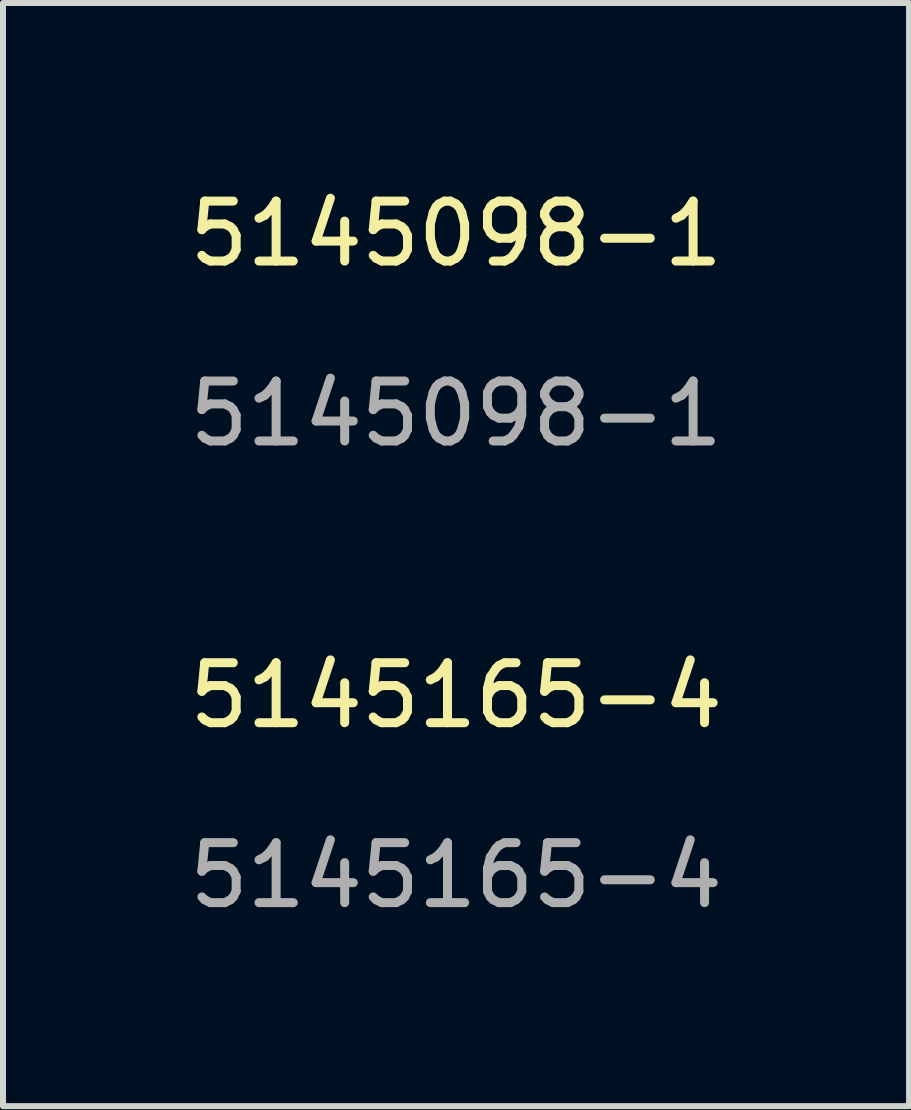
<source format=kicad_pcb>
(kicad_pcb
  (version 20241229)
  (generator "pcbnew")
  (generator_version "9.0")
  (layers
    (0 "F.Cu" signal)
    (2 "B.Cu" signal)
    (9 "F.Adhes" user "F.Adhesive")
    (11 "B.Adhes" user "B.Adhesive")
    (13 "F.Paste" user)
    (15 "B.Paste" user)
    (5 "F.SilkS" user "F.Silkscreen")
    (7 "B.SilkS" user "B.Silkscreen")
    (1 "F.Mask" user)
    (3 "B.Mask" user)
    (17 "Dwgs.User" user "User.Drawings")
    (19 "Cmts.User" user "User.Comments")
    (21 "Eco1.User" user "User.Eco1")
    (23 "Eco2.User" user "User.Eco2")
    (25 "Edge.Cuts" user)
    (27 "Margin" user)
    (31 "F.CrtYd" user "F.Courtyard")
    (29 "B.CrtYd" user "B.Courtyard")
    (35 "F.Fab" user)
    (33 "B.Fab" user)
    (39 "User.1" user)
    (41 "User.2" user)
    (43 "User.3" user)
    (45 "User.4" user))
  (footprint "5145098-1"
    (layer "F.Cu")
    (at 4.554 1.348)
    (property "Reference" "5145098-1" (at 0 -0.5 0) (unlocked yes) (layer "F.SilkS") (effects (font (size 1 1) (thickness 0.15))))
    (attr smd)
    (fp_text user "${REFERENCE}" (at 0 2.5 0) (unlocked yes) (layer "F.Fab") (effects (font (size 1 1) (thickness 0.15)))))
  (footprint "5145165-4"
    (layer "F.Cu")
    (at 4.554 9.045)
    (property "Reference" "5145165-4" (at 0 -0.5 0) (unlocked yes) (layer "F.SilkS") (effects (font (size 1 1) (thickness 0.15))))
    (attr smd)
    (fp_text user "${REFERENCE}" (at 0 2.5 0) (unlocked yes) (layer "F.Fab") (effects (font (size 1 1) (thickness 0.15)))))
  (gr_rect
    (start -3 -3)
    (end 12.107 15.393)
    (stroke (width 0.1) (type default))
    (fill no)
    (layer "Edge.Cuts")))
</source>
